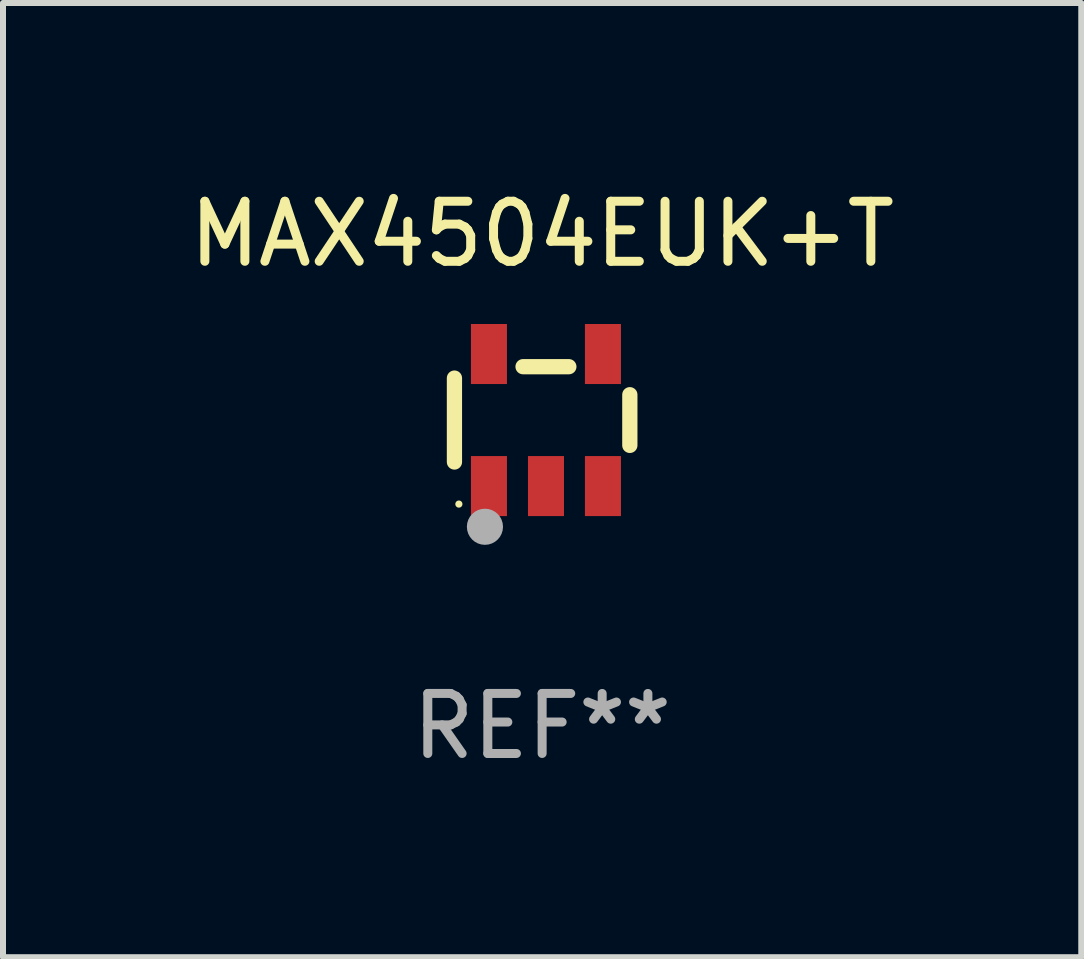
<source format=kicad_pcb>
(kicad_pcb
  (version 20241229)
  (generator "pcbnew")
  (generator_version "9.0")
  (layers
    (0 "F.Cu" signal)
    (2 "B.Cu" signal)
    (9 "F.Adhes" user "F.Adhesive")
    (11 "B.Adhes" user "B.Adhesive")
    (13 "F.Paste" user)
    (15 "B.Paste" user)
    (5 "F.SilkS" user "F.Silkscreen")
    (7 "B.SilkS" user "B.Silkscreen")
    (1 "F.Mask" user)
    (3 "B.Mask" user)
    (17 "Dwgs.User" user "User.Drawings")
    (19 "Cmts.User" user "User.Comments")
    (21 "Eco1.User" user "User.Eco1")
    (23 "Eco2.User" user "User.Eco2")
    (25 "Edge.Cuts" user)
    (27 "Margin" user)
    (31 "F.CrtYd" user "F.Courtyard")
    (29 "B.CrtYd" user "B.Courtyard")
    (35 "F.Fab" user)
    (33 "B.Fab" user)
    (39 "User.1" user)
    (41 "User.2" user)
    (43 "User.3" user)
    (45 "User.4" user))
  (footprint "MAX4504EUK+T"
    (layer "F.Cu")
    (at 5.982 3.948)
    (property "Reference" "MAX4504EUK+T" (at 0 -3.1 0) (layer "F.SilkS") (effects (font (size 1 1) (thickness 0.15))))
    (attr through_hole)
    (fp_line (start -1.461 -0.699) (end -1.461 0.699) (stroke (width 0.254) (type solid)) (layer "F.SilkS"))
    (fp_line (start -0.318 -0.889) (end 0.445 -0.889) (stroke (width 0.254) (type solid)) (layer "F.SilkS"))
    (fp_line (start 1.461 -0.422) (end 1.461 0.422) (stroke (width 0.254) (type solid)) (layer "F.SilkS"))
    (fp_circle (center -1.387 1.4) (end -1.357 1.4) (stroke (width 0.06) (type solid)) (fill no) (layer "F.SilkS"))
    (fp_circle (center -0.953 1.778) (end -0.802 1.778) (stroke (width 0.3) (type solid)) (fill no) (layer "F.Fab"))
    (fp_text user "REF**" (at 0 5.1 0) (layer "F.Fab") (effects (font (size 1 1) (thickness 0.15))))
    (pad "1" smd rect (at -0.886 1.1) (size 0.6 1) (layers "F.Cu" "F.Mask" "F.Paste"))
    (pad "2" smd rect (at 0.064 1.1) (size 0.6 1) (layers "F.Cu" "F.Mask" "F.Paste"))
    (pad "3" smd rect (at 1.013 1.1) (size 0.6 1) (layers "F.Cu" "F.Mask" "F.Paste"))
    (pad "4" smd rect (at 1.013 -1.1) (size 0.6 1) (layers "F.Cu" "F.Mask" "F.Paste"))
    (pad "5" smd rect (at -0.886 -1.1) (size 0.6 1) (layers "F.Cu" "F.Mask" "F.Paste")))
  (gr_rect
    (start -3 -3)
    (end 14.964 12.897)
    (stroke (width 0.1) (type default))
    (fill no)
    (layer "Edge.Cuts")))
</source>
